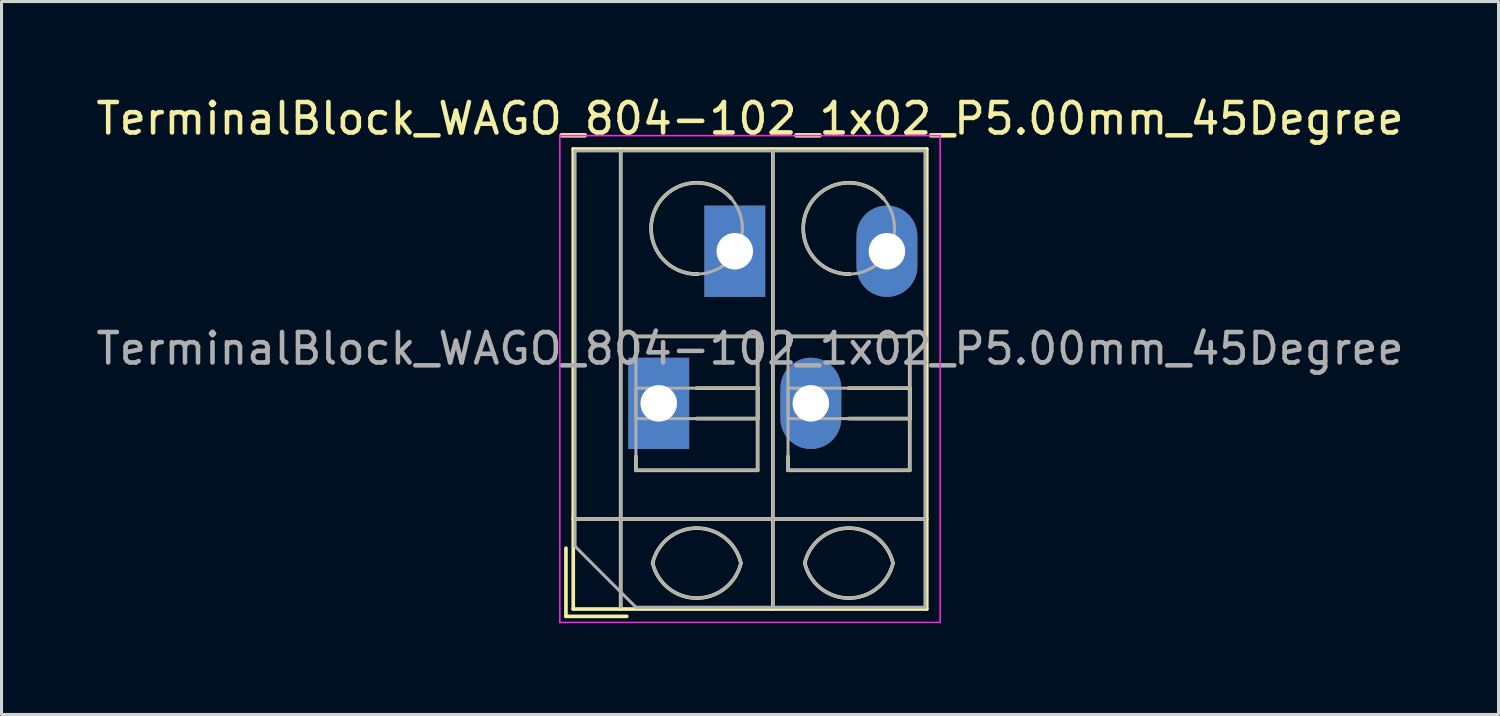
<source format=kicad_pcb>
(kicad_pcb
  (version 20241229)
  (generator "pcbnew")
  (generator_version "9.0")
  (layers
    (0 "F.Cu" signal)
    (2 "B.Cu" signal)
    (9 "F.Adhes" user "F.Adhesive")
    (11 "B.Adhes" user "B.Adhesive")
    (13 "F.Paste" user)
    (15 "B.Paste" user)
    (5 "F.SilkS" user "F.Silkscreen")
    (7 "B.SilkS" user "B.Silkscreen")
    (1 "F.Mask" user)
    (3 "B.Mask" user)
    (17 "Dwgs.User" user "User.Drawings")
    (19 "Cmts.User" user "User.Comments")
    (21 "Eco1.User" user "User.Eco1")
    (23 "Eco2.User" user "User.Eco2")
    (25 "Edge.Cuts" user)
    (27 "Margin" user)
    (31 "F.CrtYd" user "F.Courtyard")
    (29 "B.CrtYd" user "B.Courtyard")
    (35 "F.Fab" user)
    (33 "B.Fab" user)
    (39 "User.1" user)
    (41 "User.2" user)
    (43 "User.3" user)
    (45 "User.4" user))
  (footprint "TerminalBlock_WAGO_804-102_1x02_P5.00mm_45Degree"
    (layer "F.Cu")
    (at 18.601 10.208)
    (property "Reference" "TerminalBlock_WAGO_804-102_1x02_P5.00mm_45Degree" (at 3 -9.36 0) (layer "F.SilkS") (effects (font (size 1 1) (thickness 0.15))))
    (attr through_hole)
    (fp_line (start -3.05 4.76) (end -3.05 7) (stroke (width 0.12) (type solid)) (layer "F.SilkS"))
    (fp_line (start -3.05 7) (end -1.05 7) (stroke (width 0.12) (type solid)) (layer "F.SilkS"))
    (fp_line (start -2.81 -8.361) (end -2.81 6.76) (stroke (width 0.12) (type solid)) (layer "F.SilkS"))
    (fp_line (start -2.81 -8.361) (end 8.81 -8.361) (stroke (width 0.12) (type solid)) (layer "F.SilkS"))
    (fp_line (start -2.81 3.8) (end 8.81 3.8) (stroke (width 0.12) (type solid)) (layer "F.SilkS"))
    (fp_line (start -2.81 6.76) (end 8.81 6.76) (stroke (width 0.12) (type solid)) (layer "F.SilkS"))
    (fp_line (start -1.25 -8.361) (end -1.25 6.76) (stroke (width 0.12) (type solid)) (layer "F.SilkS"))
    (fp_line (start -0.75 -2.2) (end -0.75 -1.74) (stroke (width 0.12) (type solid)) (layer "F.SilkS"))
    (fp_line (start -0.75 -2.2) (end 3.25 -2.2) (stroke (width 0.12) (type solid)) (layer "F.SilkS"))
    (fp_line (start -0.75 1.74) (end -0.75 2.2) (stroke (width 0.12) (type solid)) (layer "F.SilkS"))
    (fp_line (start -0.75 2.2) (end 3.25 2.2) (stroke (width 0.12) (type solid)) (layer "F.SilkS"))
    (fp_line (start 1.24 -0.5) (end 3.25 -0.5) (stroke (width 0.12) (type solid)) (layer "F.SilkS"))
    (fp_line (start 1.24 0.5) (end 3.25 0.5) (stroke (width 0.12) (type solid)) (layer "F.SilkS"))
    (fp_line (start 3.25 -2.2) (end 3.25 2.2) (stroke (width 0.12) (type solid)) (layer "F.SilkS"))
    (fp_line (start 3.25 -0.5) (end 3.25 0.5) (stroke (width 0.12) (type solid)) (layer "F.SilkS"))
    (fp_line (start 3.75 -8.361) (end 3.75 6.76) (stroke (width 0.12) (type solid)) (layer "F.SilkS"))
    (fp_line (start 4.25 -2.2) (end 4.25 -1.74) (stroke (width 0.12) (type solid)) (layer "F.SilkS"))
    (fp_line (start 4.25 -2.2) (end 8.25 -2.2) (stroke (width 0.12) (type solid)) (layer "F.SilkS"))
    (fp_line (start 4.25 1.74) (end 4.25 2.2) (stroke (width 0.12) (type solid)) (layer "F.SilkS"))
    (fp_line (start 4.25 2.2) (end 8.25 2.2) (stroke (width 0.12) (type solid)) (layer "F.SilkS"))
    (fp_line (start 6.24 -0.5) (end 8.25 -0.5) (stroke (width 0.12) (type solid)) (layer "F.SilkS"))
    (fp_line (start 6.24 0.5) (end 8.25 0.5) (stroke (width 0.12) (type solid)) (layer "F.SilkS"))
    (fp_line (start 8.25 -2.2) (end 8.25 2.2) (stroke (width 0.12) (type solid)) (layer "F.SilkS"))
    (fp_line (start 8.25 -0.5) (end 8.25 0.5) (stroke (width 0.12) (type solid)) (layer "F.SilkS"))
    (fp_line (start 8.81 -8.361) (end 8.81 6.76) (stroke (width 0.12) (type solid)) (layer "F.SilkS"))
    (fp_arc (start -0.200865 5.250424) (mid 1.250296 4.099926) (end 2.701 5.251) (stroke (width 0.12) (type solid)) (layer "F.SilkS"))
    (fp_arc (start 1.276179 -4.250228) (mid 1.26309 -4.250057) (end 1.25 -4.25) (stroke (width 0.12) (type solid)) (layer "F.SilkS"))
    (fp_arc (start 1.276275 -4.248926) (mid -0.121539 -6.360568) (end 2.383 -6.735) (stroke (width 0.12) (type solid)) (layer "F.SilkS"))
    (fp_arc (start 2.7 5.25) (mid 1.250068 6.400101) (end -0.199969 5.250133) (stroke (width 0.12) (type solid)) (layer "F.SilkS"))
    (fp_arc (start 4.799135 5.250424) (mid 6.250296 4.099926) (end 7.701 5.251) (stroke (width 0.12) (type solid)) (layer "F.SilkS"))
    (fp_arc (start 6.276179 -4.250228) (mid 6.26309 -4.250057) (end 6.25 -4.25) (stroke (width 0.12) (type solid)) (layer "F.SilkS"))
    (fp_arc (start 6.276275 -4.248926) (mid 4.878461 -6.360568) (end 7.383 -6.735) (stroke (width 0.12) (type solid)) (layer "F.SilkS"))
    (fp_arc (start 7.7 5.25) (mid 6.250068 6.400101) (end 4.800031 5.250133) (stroke (width 0.12) (type solid)) (layer "F.SilkS"))
    (fp_line (start -3.25 -8.8) (end -3.25 7.2) (stroke (width 0.05) (type solid)) (layer "F.CrtYd"))
    (fp_line (start -3.25 7.2) (end 9.25 7.2) (stroke (width 0.05) (type solid)) (layer "F.CrtYd"))
    (fp_line (start 9.25 -8.8) (end -3.25 -8.8) (stroke (width 0.05) (type solid)) (layer "F.CrtYd"))
    (fp_line (start 9.25 7.2) (end 9.25 -8.8) (stroke (width 0.05) (type solid)) (layer "F.CrtYd"))
    (fp_line (start -2.75 -8.3) (end 8.75 -8.3) (stroke (width 0.1) (type solid)) (layer "F.Fab"))
    (fp_line (start -2.75 3.8) (end 8.75 3.8) (stroke (width 0.1) (type solid)) (layer "F.Fab"))
    (fp_line (start -2.75 4.7) (end -2.75 -8.3) (stroke (width 0.1) (type solid)) (layer "F.Fab"))
    (fp_line (start -1.25 -8.3) (end -1.25 6.7) (stroke (width 0.1) (type solid)) (layer "F.Fab"))
    (fp_line (start -0.75 -2.2) (end -0.75 2.2) (stroke (width 0.1) (type solid)) (layer "F.Fab"))
    (fp_line (start -0.75 -0.5) (end -0.75 0.5) (stroke (width 0.1) (type solid)) (layer "F.Fab"))
    (fp_line (start -0.75 0.5) (end 3.25 0.5) (stroke (width 0.1) (type solid)) (layer "F.Fab"))
    (fp_line (start -0.75 2.2) (end 3.25 2.2) (stroke (width 0.1) (type solid)) (layer "F.Fab"))
    (fp_line (start -0.75 6.7) (end -2.75 4.7) (stroke (width 0.1) (type solid)) (layer "F.Fab"))
    (fp_line (start 3.25 -2.2) (end -0.75 -2.2) (stroke (width 0.1) (type solid)) (layer "F.Fab"))
    (fp_line (start 3.25 -0.5) (end -0.75 -0.5) (stroke (width 0.1) (type solid)) (layer "F.Fab"))
    (fp_line (start 3.25 0.5) (end 3.25 -0.5) (stroke (width 0.1) (type solid)) (layer "F.Fab"))
    (fp_line (start 3.25 2.2) (end 3.25 -2.2) (stroke (width 0.1) (type solid)) (layer "F.Fab"))
    (fp_line (start 3.75 -8.3) (end 3.75 6.7) (stroke (width 0.1) (type solid)) (layer "F.Fab"))
    (fp_line (start 4.25 -2.2) (end 4.25 2.2) (stroke (width 0.1) (type solid)) (layer "F.Fab"))
    (fp_line (start 4.25 -0.5) (end 4.25 0.5) (stroke (width 0.1) (type solid)) (layer "F.Fab"))
    (fp_line (start 4.25 0.5) (end 8.25 0.5) (stroke (width 0.1) (type solid)) (layer "F.Fab"))
    (fp_line (start 4.25 2.2) (end 8.25 2.2) (stroke (width 0.1) (type solid)) (layer "F.Fab"))
    (fp_line (start 8.25 -2.2) (end 4.25 -2.2) (stroke (width 0.1) (type solid)) (layer "F.Fab"))
    (fp_line (start 8.25 -0.5) (end 4.25 -0.5) (stroke (width 0.1) (type solid)) (layer "F.Fab"))
    (fp_line (start 8.25 0.5) (end 8.25 -0.5) (stroke (width 0.1) (type solid)) (layer "F.Fab"))
    (fp_line (start 8.25 2.2) (end 8.25 -2.2) (stroke (width 0.1) (type solid)) (layer "F.Fab"))
    (fp_line (start 8.75 -8.3) (end 8.75 6.7) (stroke (width 0.1) (type solid)) (layer "F.Fab"))
    (fp_line (start 8.75 6.7) (end -0.75 6.7) (stroke (width 0.1) (type solid)) (layer "F.Fab"))
    (fp_arc (start -0.200865 5.250424) (mid 1.250296 4.099926) (end 2.701 5.251) (stroke (width 0.1) (type solid)) (layer "F.Fab"))
    (fp_arc (start 2.7 5.25) (mid 1.250068 6.400101) (end -0.199969 5.250133) (stroke (width 0.1) (type solid)) (layer "F.Fab"))
    (fp_arc (start 4.799135 5.250424) (mid 6.250296 4.099926) (end 7.701 5.251) (stroke (width 0.1) (type solid)) (layer "F.Fab"))
    (fp_arc (start 7.7 5.25) (mid 6.250068 6.400101) (end 4.800031 5.250133) (stroke (width 0.1) (type solid)) (layer "F.Fab"))
    (fp_circle (center 1.25 -5.75) (end 2.75 -5.75) (stroke (width 0.1) (type solid)) (fill no) (layer "F.Fab"))
    (fp_circle (center 6.25 -5.75) (end 7.75 -5.75) (stroke (width 0.1) (type solid)) (fill no) (layer "F.Fab"))
    (fp_text user "${REFERENCE}" (at 3 -1.8 0) (layer "F.Fab") (effects (font (size 1 1) (thickness 0.15))))
    (pad "1" thru_hole rect (at 0 0) (size 2 3) (drill 1.2) (layers "*.Cu" "*.Mask"))
    (pad "1" thru_hole rect (at 2.5 -5) (size 2 3) (drill 1.2) (layers "*.Cu" "*.Mask"))
    (pad "2" thru_hole oval (at 5 0) (size 2 3) (drill 1.2) (layers "*.Cu" "*.Mask"))
    (pad "2" thru_hole oval (at 7.5 -5) (size 2 3) (drill 1.2) (layers "*.Cu" "*.Mask")))
  (gr_rect
    (start -3 -3)
    (end 46.202 20.433)
    (stroke (width 0.1) (type default))
    (fill no)
    (layer "Edge.Cuts")))
</source>
